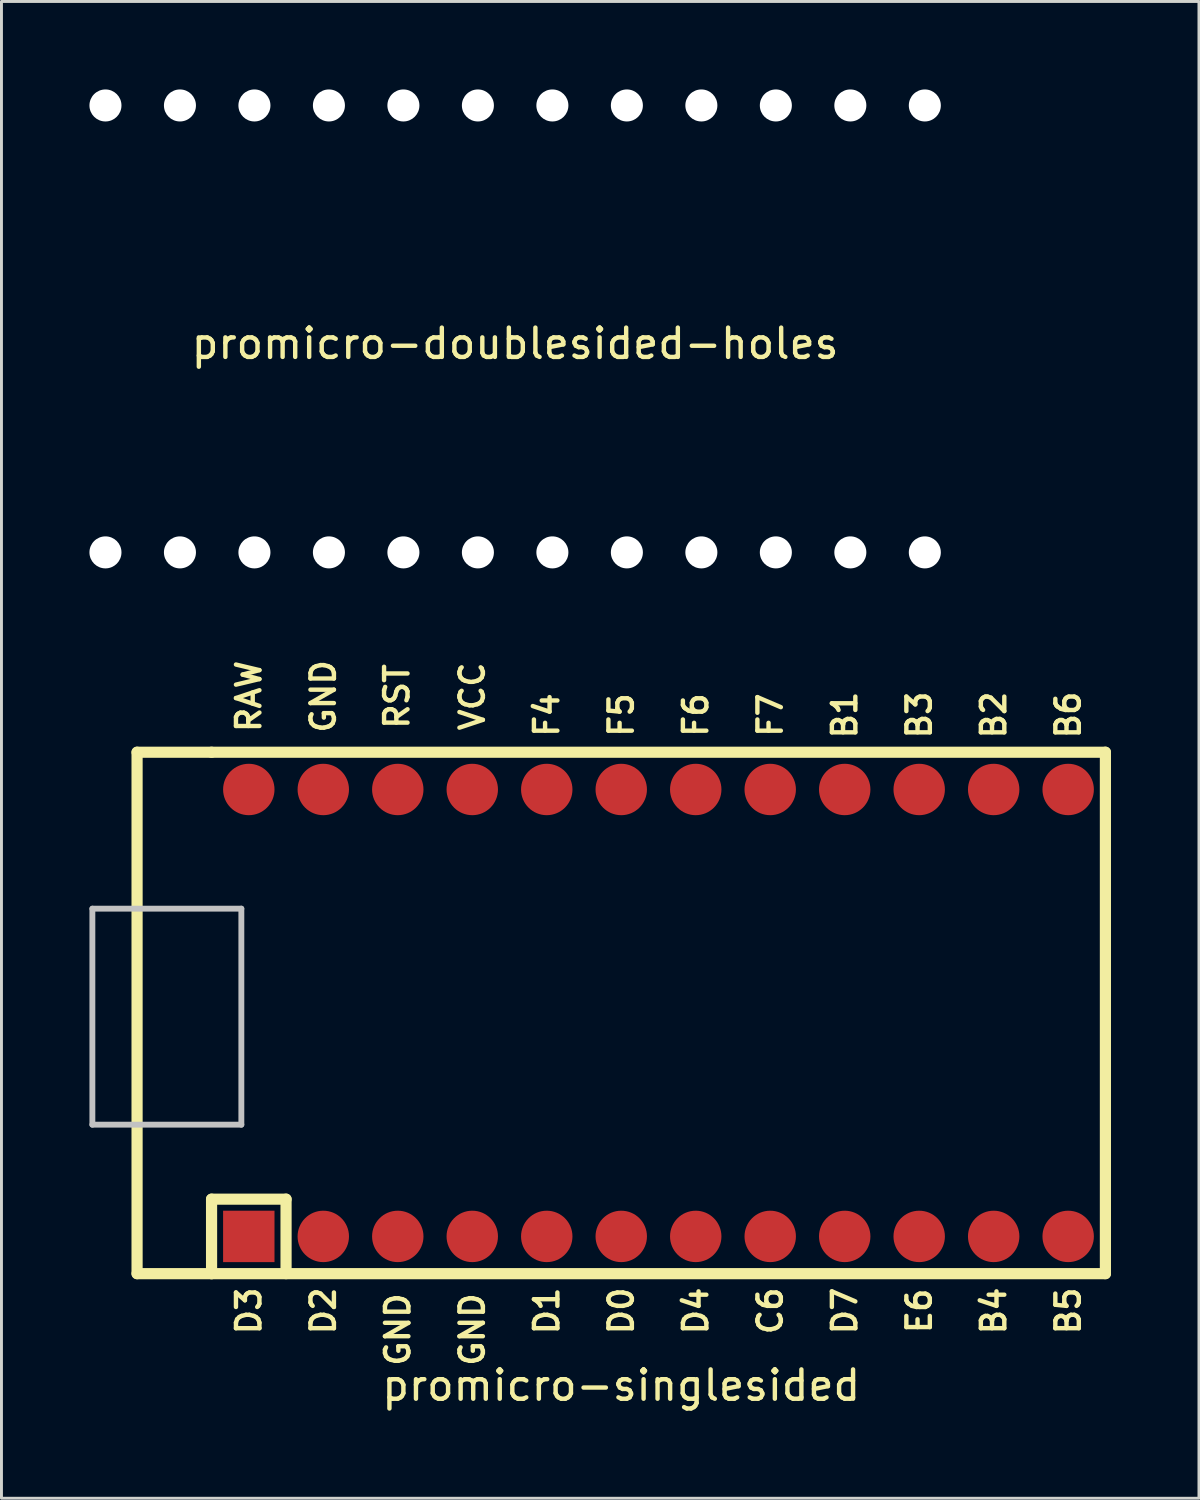
<source format=kicad_pcb>
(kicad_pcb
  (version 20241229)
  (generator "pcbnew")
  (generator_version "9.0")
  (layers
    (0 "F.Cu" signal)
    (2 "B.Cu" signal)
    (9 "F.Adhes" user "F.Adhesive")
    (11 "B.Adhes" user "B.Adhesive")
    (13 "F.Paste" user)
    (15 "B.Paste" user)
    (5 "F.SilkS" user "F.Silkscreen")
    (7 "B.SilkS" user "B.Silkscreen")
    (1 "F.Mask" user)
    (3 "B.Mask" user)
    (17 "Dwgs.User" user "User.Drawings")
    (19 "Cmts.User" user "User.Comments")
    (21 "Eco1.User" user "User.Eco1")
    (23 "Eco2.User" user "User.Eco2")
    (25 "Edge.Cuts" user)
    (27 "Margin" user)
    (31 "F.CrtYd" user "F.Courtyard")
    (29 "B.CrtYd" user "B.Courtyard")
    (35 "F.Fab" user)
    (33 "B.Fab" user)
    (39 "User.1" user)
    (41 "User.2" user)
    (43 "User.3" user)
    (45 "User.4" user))
  (footprint "promicro-doublesided-holes"
    (layer "F.Cu")
    (at 14.516 8.166)
    (property "Reference" "promicro-doublesided-holes" (at 0 0.5 0) (layer "F.SilkS") (effects (font (size 1 1) (thickness 0.15))))
    (attr through_hole)
    (pad "" np_thru_hole circle (at -13.97 -7.62) (size 1.092 1.092) (drill 1.092) (layers "*.Cu" "*.Mask"))
    (pad "" np_thru_hole circle (at -13.97 7.62) (size 1.092 1.092) (drill 1.092) (layers "*.Cu" "*.Mask"))
    (pad "" np_thru_hole circle (at -11.43 -7.62) (size 1.092 1.092) (drill 1.092) (layers "*.Cu" "*.Mask"))
    (pad "" np_thru_hole circle (at -11.43 7.62) (size 1.092 1.092) (drill 1.092) (layers "*.Cu" "*.Mask"))
    (pad "" np_thru_hole circle (at -8.89 -7.62) (size 1.092 1.092) (drill 1.092) (layers "*.Cu" "*.Mask"))
    (pad "" np_thru_hole circle (at -8.89 7.62) (size 1.092 1.092) (drill 1.092) (layers "*.Cu" "*.Mask"))
    (pad "" np_thru_hole circle (at -6.35 -7.62) (size 1.092 1.092) (drill 1.092) (layers "*.Cu" "*.Mask"))
    (pad "" np_thru_hole circle (at -6.35 7.62) (size 1.092 1.092) (drill 1.092) (layers "*.Cu" "*.Mask"))
    (pad "" np_thru_hole circle (at -3.81 -7.62) (size 1.092 1.092) (drill 1.092) (layers "*.Cu" "*.Mask"))
    (pad "" np_thru_hole circle (at -3.81 7.62) (size 1.092 1.092) (drill 1.092) (layers "*.Cu" "*.Mask"))
    (pad "" np_thru_hole circle (at -1.27 -7.62) (size 1.092 1.092) (drill 1.092) (layers "*.Cu" "*.Mask"))
    (pad "" np_thru_hole circle (at -1.27 7.62) (size 1.092 1.092) (drill 1.092) (layers "*.Cu" "*.Mask"))
    (pad "" np_thru_hole circle (at 1.27 -7.62) (size 1.092 1.092) (drill 1.092) (layers "*.Cu" "*.Mask"))
    (pad "" np_thru_hole circle (at 1.27 7.62) (size 1.092 1.092) (drill 1.092) (layers "*.Cu" "*.Mask"))
    (pad "" np_thru_hole circle (at 3.81 -7.62) (size 1.092 1.092) (drill 1.092) (layers "*.Cu" "*.Mask"))
    (pad "" np_thru_hole circle (at 3.81 7.62) (size 1.092 1.092) (drill 1.092) (layers "*.Cu" "*.Mask"))
    (pad "" np_thru_hole circle (at 6.35 -7.62) (size 1.092 1.092) (drill 1.092) (layers "*.Cu" "*.Mask"))
    (pad "" np_thru_hole circle (at 6.35 7.62) (size 1.092 1.092) (drill 1.092) (layers "*.Cu" "*.Mask"))
    (pad "" np_thru_hole circle (at 8.89 -7.62) (size 1.092 1.092) (drill 1.092) (layers "*.Cu" "*.Mask"))
    (pad "" np_thru_hole circle (at 8.89 7.62) (size 1.092 1.092) (drill 1.092) (layers "*.Cu" "*.Mask"))
    (pad "" np_thru_hole circle (at 11.43 -7.62) (size 1.092 1.092) (drill 1.092) (layers "*.Cu" "*.Mask"))
    (pad "" np_thru_hole circle (at 11.43 7.62) (size 1.092 1.092) (drill 1.092) (layers "*.Cu" "*.Mask"))
    (pad "" np_thru_hole circle (at 13.97 -7.62) (size 1.092 1.092) (drill 1.092) (layers "*.Cu" "*.Mask"))
    (pad "" np_thru_hole circle (at 13.97 7.62) (size 1.092 1.092) (drill 1.092) (layers "*.Cu" "*.Mask")))
  (footprint "promicro-singlesided"
    (layer "F.Cu")
    (at 18.134 31.491)
    (property "Reference" "promicro-singlesided" (at 0 12.7 0) (layer "F.SilkS") (effects (font (size 1 1) (thickness 0.15))))
    (attr through_hole)
    (fp_line (start -16.51 -8.89) (end -16.51 8.89) (stroke (width 0.381) (type solid)) (layer "F.SilkS"))
    (fp_line (start -16.51 8.89) (end -13.97 8.89) (stroke (width 0.381) (type solid)) (layer "F.SilkS"))
    (fp_line (start -13.97 -8.89) (end -16.51 -8.89) (stroke (width 0.381) (type solid)) (layer "F.SilkS"))
    (fp_line (start -13.97 6.35) (end -13.97 8.89) (stroke (width 0.381) (type solid)) (layer "F.SilkS"))
    (fp_line (start -13.97 6.35) (end -11.43 6.35) (stroke (width 0.381) (type solid)) (layer "F.SilkS"))
    (fp_line (start -13.97 8.89) (end 16.51 8.89) (stroke (width 0.381) (type solid)) (layer "F.SilkS"))
    (fp_line (start -11.43 6.35) (end -11.43 8.89) (stroke (width 0.381) (type solid)) (layer "F.SilkS"))
    (fp_line (start 16.51 -8.89) (end -13.97 -8.89) (stroke (width 0.381) (type solid)) (layer "F.SilkS"))
    (fp_line (start 16.51 8.89) (end 16.51 -8.89) (stroke (width 0.381) (type solid)) (layer "F.SilkS"))
    (fp_line (start -18.034 -3.556) (end -12.954 -3.556) (stroke (width 0.2) (type solid)) (layer "Dwgs.User"))
    (fp_line (start -18.034 3.81) (end -18.034 -3.556) (stroke (width 0.2) (type solid)) (layer "Dwgs.User"))
    (fp_line (start -12.954 -3.556) (end -12.954 3.81) (stroke (width 0.2) (type solid)) (layer "Dwgs.User"))
    (fp_line (start -12.954 3.81) (end -18.034 3.81) (stroke (width 0.2) (type solid)) (layer "Dwgs.User"))
    (fp_text user "F5" (at 0 -10.16 90) (layer "F.SilkS") (effects (font (size 0.8 0.8) (thickness 0.15))))
    (fp_text user "E6" (at 10.16 10.16 90) (layer "F.SilkS") (effects (font (size 0.8 0.8) (thickness 0.15))))
    (fp_text user "RST" (at -7.65 -10.795 90) (layer "F.SilkS") (effects (font (size 0.8 0.8) (thickness 0.15))))
    (fp_text user "B5" (at 15.24 10.16 90) (layer "F.SilkS") (effects (font (size 0.8 0.8) (thickness 0.15))))
    (fp_text user "GND" (at -7.62 10.795 90) (layer "F.SilkS") (effects (font (size 0.8 0.8) (thickness 0.15))))
    (fp_text user "F6" (at 2.54 -10.16 90) (layer "F.SilkS") (effects (font (size 0.8 0.8) (thickness 0.15))))
    (fp_text user "D3" (at -12.7 10.16 90) (layer "F.SilkS") (effects (font (size 0.8 0.8) (thickness 0.15))))
    (fp_text user "C6" (at 5.08 10.16 90) (layer "F.SilkS") (effects (font (size 0.8 0.8) (thickness 0.15))))
    (fp_text user "RAW" (at -12.7 -10.795 90) (layer "F.SilkS") (effects (font (size 0.8 0.8) (thickness 0.15))))
    (fp_text user "B6" (at 15.24 -10.16 90) (layer "F.SilkS") (effects (font (size 0.8 0.8) (thickness 0.15))))
    (fp_text user "B4" (at 12.7 10.16 90) (layer "F.SilkS") (effects (font (size 0.8 0.8) (thickness 0.15))))
    (fp_text user "D4" (at 2.54 10.16 90) (layer "F.SilkS") (effects (font (size 0.8 0.8) (thickness 0.15))))
    (fp_text user "F7" (at 5.08 -10.16 90) (layer "F.SilkS") (effects (font (size 0.8 0.8) (thickness 0.15))))
    (fp_text user "GND" (at -10.16 -10.795 90) (layer "F.SilkS") (effects (font (size 0.8 0.8) (thickness 0.15))))
    (fp_text user "D7" (at 7.62 10.16 90) (layer "F.SilkS") (effects (font (size 0.8 0.8) (thickness 0.15))))
    (fp_text user "D2" (at -10.16 10.16 90) (layer "F.SilkS") (effects (font (size 0.8 0.8) (thickness 0.15))))
    (fp_text user "B3" (at 10.16 -10.16 90) (layer "F.SilkS") (effects (font (size 0.8 0.8) (thickness 0.15))))
    (fp_text user "VCC" (at -5.08 -10.795 90) (layer "F.SilkS") (effects (font (size 0.8 0.8) (thickness 0.15))))
    (fp_text user "F4" (at -2.54 -10.16 90) (layer "F.SilkS") (effects (font (size 0.8 0.8) (thickness 0.15))))
    (fp_text user "B1" (at 7.62 -10.16 90) (layer "F.SilkS") (effects (font (size 0.8 0.8) (thickness 0.15))))
    (fp_text user "D0" (at 0 10.16 90) (layer "F.SilkS") (effects (font (size 0.8 0.8) (thickness 0.15))))
    (fp_text user "GND" (at -5.08 10.795 90) (layer "F.SilkS") (effects (font (size 0.8 0.8) (thickness 0.15))))
    (fp_text user "D1" (at -2.54 10.16 90) (layer "F.SilkS") (effects (font (size 0.8 0.8) (thickness 0.15))))
    (fp_text user "B2" (at 12.7 -10.16 90) (layer "F.SilkS") (effects (font (size 0.8 0.8) (thickness 0.15))))
    (pad "1" smd rect (at -12.7 7.62) (size 1.753 1.753) (layers "F.Cu" "F.Mask"))
    (pad "2" smd circle (at -10.16 7.62) (size 1.753 1.753) (layers "F.Cu" "F.Mask"))
    (pad "3" smd circle (at -7.62 7.62) (size 1.753 1.753) (layers "F.Cu" "F.Mask"))
    (pad "4" smd circle (at -5.08 7.62) (size 1.753 1.753) (layers "F.Cu" "F.Mask"))
    (pad "5" smd circle (at -2.54 7.62) (size 1.753 1.753) (layers "F.Cu" "F.Mask"))
    (pad "6" smd circle (at 0 7.62) (size 1.753 1.753) (layers "F.Cu" "F.Mask"))
    (pad "7" smd circle (at 2.54 7.62) (size 1.753 1.753) (layers "F.Cu" "F.Mask"))
    (pad "8" smd circle (at 5.08 7.62) (size 1.753 1.753) (layers "F.Cu" "F.Mask"))
    (pad "9" smd circle (at 7.62 7.62) (size 1.753 1.753) (layers "F.Cu" "F.Mask"))
    (pad "10" smd circle (at 10.16 7.62) (size 1.753 1.753) (layers "F.Cu" "F.Mask"))
    (pad "11" smd circle (at 12.7 7.62) (size 1.753 1.753) (layers "F.Cu" "F.Mask"))
    (pad "12" smd circle (at 15.24 7.62) (size 1.753 1.753) (layers "F.Cu" "F.Mask"))
    (pad "13" smd circle (at 15.24 -7.62) (size 1.753 1.753) (layers "F.Cu" "F.Mask"))
    (pad "14" smd circle (at 12.7 -7.62) (size 1.753 1.753) (layers "F.Cu" "F.Mask"))
    (pad "15" smd circle (at 10.16 -7.62) (size 1.753 1.753) (layers "F.Cu" "F.Mask"))
    (pad "16" smd circle (at 7.62 -7.62) (size 1.753 1.753) (layers "F.Cu" "F.Mask"))
    (pad "17" smd circle (at 5.08 -7.62) (size 1.753 1.753) (layers "F.Cu" "F.Mask"))
    (pad "18" smd circle (at 2.54 -7.62) (size 1.753 1.753) (layers "F.Cu" "F.Mask"))
    (pad "19" smd circle (at 0 -7.62) (size 1.753 1.753) (layers "F.Cu" "F.Mask"))
    (pad "20" smd circle (at -2.54 -7.62) (size 1.753 1.753) (layers "F.Cu" "F.Mask"))
    (pad "21" smd circle (at -5.08 -7.62) (size 1.753 1.753) (layers "F.Cu" "F.Mask"))
    (pad "22" smd circle (at -7.62 -7.62) (size 1.753 1.753) (layers "F.Cu" "F.Mask"))
    (pad "23" smd circle (at -10.16 -7.62) (size 1.753 1.753) (layers "F.Cu" "F.Mask"))
    (pad "24" smd circle (at -12.7 -7.62) (size 1.753 1.753) (layers "F.Cu" "F.Mask")))
  (gr_rect
    (start -3 -3)
    (end 37.834 48.039)
    (stroke (width 0.1) (type default))
    (fill no)
    (layer "Edge.Cuts")))
</source>
